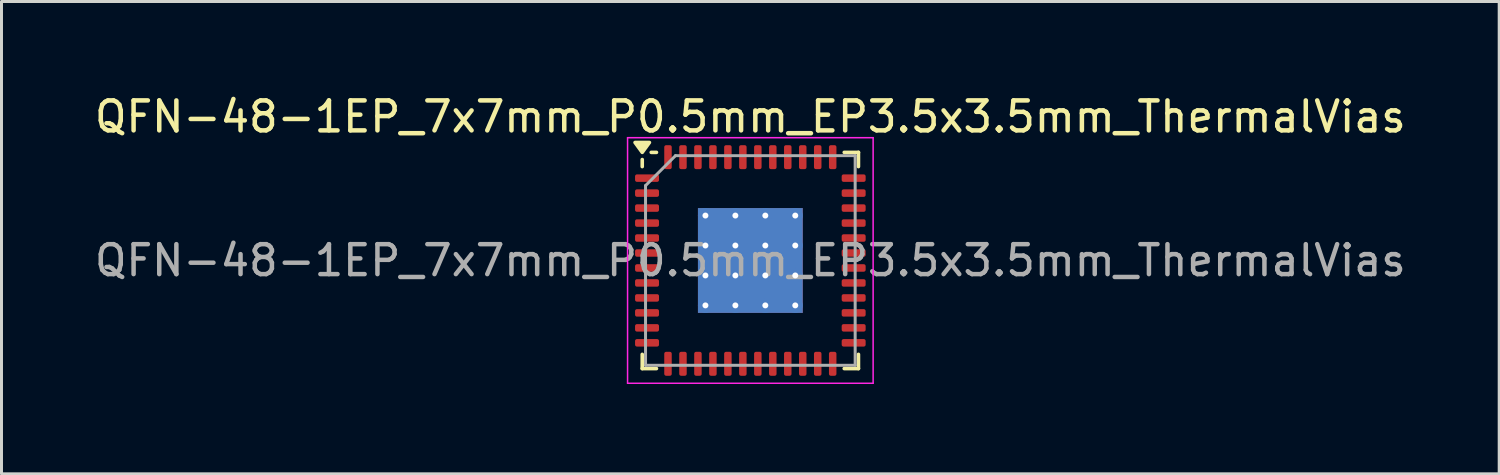
<source format=kicad_pcb>
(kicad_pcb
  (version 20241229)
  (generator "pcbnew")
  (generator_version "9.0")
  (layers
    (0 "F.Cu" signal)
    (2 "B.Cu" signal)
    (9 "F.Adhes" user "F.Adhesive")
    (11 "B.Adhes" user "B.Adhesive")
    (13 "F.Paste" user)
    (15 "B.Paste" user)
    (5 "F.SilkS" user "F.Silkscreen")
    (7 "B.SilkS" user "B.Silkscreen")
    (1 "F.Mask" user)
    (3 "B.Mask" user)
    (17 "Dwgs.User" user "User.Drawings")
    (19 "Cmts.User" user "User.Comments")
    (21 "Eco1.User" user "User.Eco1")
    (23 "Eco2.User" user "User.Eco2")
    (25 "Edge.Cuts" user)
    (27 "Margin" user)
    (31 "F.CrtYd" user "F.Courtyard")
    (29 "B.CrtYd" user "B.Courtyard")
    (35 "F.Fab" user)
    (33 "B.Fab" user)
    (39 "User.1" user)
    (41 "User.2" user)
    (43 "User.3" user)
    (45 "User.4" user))
  (footprint "QFN-48-1EP_7x7mm_P0.5mm_EP3.5x3.5mm_ThermalVias"
    (layer "F.Cu")
    (at 22.006 5.648)
    (property "Reference" "QFN-48-1EP_7x7mm_P0.5mm_EP3.5x3.5mm_ThermalVias" (at 0 -4.8 0) (layer "F.SilkS") (effects (font (size 1 1) (thickness 0.15))))
    (attr smd)
    (fp_line (start -3.61 -3.135) (end -3.61 -3.37) (stroke (width 0.12) (type solid)) (layer "F.SilkS"))
    (fp_line (start -3.61 3.61) (end -3.61 3.135) (stroke (width 0.12) (type solid)) (layer "F.SilkS"))
    (fp_line (start -3.135 -3.61) (end -3.31 -3.61) (stroke (width 0.12) (type solid)) (layer "F.SilkS"))
    (fp_line (start -3.135 3.61) (end -3.61 3.61) (stroke (width 0.12) (type solid)) (layer "F.SilkS"))
    (fp_line (start 3.135 -3.61) (end 3.61 -3.61) (stroke (width 0.12) (type solid)) (layer "F.SilkS"))
    (fp_line (start 3.135 3.61) (end 3.61 3.61) (stroke (width 0.12) (type solid)) (layer "F.SilkS"))
    (fp_line (start 3.61 -3.61) (end 3.61 -3.135) (stroke (width 0.12) (type solid)) (layer "F.SilkS"))
    (fp_line (start 3.61 3.61) (end 3.61 3.135) (stroke (width 0.12) (type solid)) (layer "F.SilkS"))
    (fp_poly (pts (xy -3.61 -3.61) (xy -3.85 -3.94) (xy -3.37 -3.94) (xy -3.61 -3.61)) (stroke (width 0.12) (type solid)) (fill yes) (layer "F.SilkS"))
    (fp_line (start -4.1 -4.1) (end -4.1 4.1) (stroke (width 0.05) (type solid)) (layer "F.CrtYd"))
    (fp_line (start -4.1 4.1) (end 4.1 4.1) (stroke (width 0.05) (type solid)) (layer "F.CrtYd"))
    (fp_line (start 4.1 -4.1) (end -4.1 -4.1) (stroke (width 0.05) (type solid)) (layer "F.CrtYd"))
    (fp_line (start 4.1 4.1) (end 4.1 -4.1) (stroke (width 0.05) (type solid)) (layer "F.CrtYd"))
    (fp_line (start -3.5 -2.5) (end -2.5 -3.5) (stroke (width 0.1) (type solid)) (layer "F.Fab"))
    (fp_line (start -3.5 3.5) (end -3.5 -2.5) (stroke (width 0.1) (type solid)) (layer "F.Fab"))
    (fp_line (start -2.5 -3.5) (end 3.5 -3.5) (stroke (width 0.1) (type solid)) (layer "F.Fab"))
    (fp_line (start 3.5 -3.5) (end 3.5 3.5) (stroke (width 0.1) (type solid)) (layer "F.Fab"))
    (fp_line (start 3.5 3.5) (end -3.5 3.5) (stroke (width 0.1) (type solid)) (layer "F.Fab"))
    (fp_text user "${REFERENCE}" (at 0 0 0) (layer "F.Fab") (effects (font (size 1 1) (thickness 0.15))))
    (pad "" smd custom (at -1.07 -1.07) (size 0.772 0.772) (layers "F.Paste") (options (anchor circle)) (primitives (gr_poly (pts (xy -0.32 -0.211) (xy -0.211 -0.32) (xy 0.211 -0.32) (xy 0.32 -0.211) (xy 0.32 0.211) (xy 0.211 0.32) (xy -0.211 0.32) (xy -0.32 0.211)) (width 0.264) (fill yes))))
    (pad "" smd custom (at -1.07 0) (size 0.772 0.772) (layers "F.Paste") (options (anchor circle)) (primitives (gr_poly (pts (xy -0.32 -0.211) (xy -0.211 -0.32) (xy 0.211 -0.32) (xy 0.32 -0.211) (xy 0.32 0.211) (xy 0.211 0.32) (xy -0.211 0.32) (xy -0.32 0.211)) (width 0.264) (fill yes))))
    (pad "" smd custom (at -1.07 1.07) (size 0.772 0.772) (layers "F.Paste") (options (anchor circle)) (primitives (gr_poly (pts (xy -0.32 -0.211) (xy -0.211 -0.32) (xy 0.211 -0.32) (xy 0.32 -0.211) (xy 0.32 0.211) (xy 0.211 0.32) (xy -0.211 0.32) (xy -0.32 0.211)) (width 0.264) (fill yes))))
    (pad "" smd custom (at 0 -1.07) (size 0.772 0.772) (layers "F.Paste") (options (anchor circle)) (primitives (gr_poly (pts (xy -0.32 -0.211) (xy -0.211 -0.32) (xy 0.211 -0.32) (xy 0.32 -0.211) (xy 0.32 0.211) (xy 0.211 0.32) (xy -0.211 0.32) (xy -0.32 0.211)) (width 0.264) (fill yes))))
    (pad "" smd custom (at 0 0) (size 0.772 0.772) (layers "F.Paste") (options (anchor circle)) (primitives (gr_poly (pts (xy -0.32 -0.211) (xy -0.211 -0.32) (xy 0.211 -0.32) (xy 0.32 -0.211) (xy 0.32 0.211) (xy 0.211 0.32) (xy -0.211 0.32) (xy -0.32 0.211)) (width 0.264) (fill yes))))
    (pad "" smd custom (at 0 1.07) (size 0.772 0.772) (layers "F.Paste") (options (anchor circle)) (primitives (gr_poly (pts (xy -0.32 -0.211) (xy -0.211 -0.32) (xy 0.211 -0.32) (xy 0.32 -0.211) (xy 0.32 0.211) (xy 0.211 0.32) (xy -0.211 0.32) (xy -0.32 0.211)) (width 0.264) (fill yes))))
    (pad "" smd custom (at 1 1.07) (size 0.772 0.772) (layers "F.Paste") (options (anchor circle)) (primitives (gr_poly (pts (xy -0.32 -0.211) (xy -0.211 -0.32) (xy 0.211 -0.32) (xy 0.32 -0.211) (xy 0.32 0.211) (xy 0.211 0.32) (xy -0.211 0.32) (xy -0.32 0.211)) (width 0.264) (fill yes))))
    (pad "" smd custom (at 1.07 -1.07) (size 0.772 0.772) (layers "F.Paste") (options (anchor circle)) (primitives (gr_poly (pts (xy -0.32 -0.211) (xy -0.211 -0.32) (xy 0.211 -0.32) (xy 0.32 -0.211) (xy 0.32 0.211) (xy 0.211 0.32) (xy -0.211 0.32) (xy -0.32 0.211)) (width 0.264) (fill yes))))
    (pad "" smd custom (at 1.07 0) (size 0.772 0.772) (layers "F.Paste") (options (anchor circle)) (primitives (gr_poly (pts (xy -0.32 -0.211) (xy -0.211 -0.32) (xy 0.211 -0.32) (xy 0.32 -0.211) (xy 0.32 0.211) (xy 0.211 0.32) (xy -0.211 0.32) (xy -0.32 0.211)) (width 0.264) (fill yes))))
    (pad "1" smd roundrect (at -3.45 -2.75) (size 0.8 0.25) (layers "F.Cu" "F.Mask" "F.Paste") (roundrect_rratio 0.25))
    (pad "2" smd roundrect (at -3.45 -2.25) (size 0.8 0.25) (layers "F.Cu" "F.Mask" "F.Paste") (roundrect_rratio 0.25))
    (pad "3" smd roundrect (at -3.45 -1.75) (size 0.8 0.25) (layers "F.Cu" "F.Mask" "F.Paste") (roundrect_rratio 0.25))
    (pad "4" smd roundrect (at -3.45 -1.25) (size 0.8 0.25) (layers "F.Cu" "F.Mask" "F.Paste") (roundrect_rratio 0.25))
    (pad "5" smd roundrect (at -3.45 -0.75) (size 0.8 0.25) (layers "F.Cu" "F.Mask" "F.Paste") (roundrect_rratio 0.25))
    (pad "6" smd roundrect (at -3.45 -0.25) (size 0.8 0.25) (layers "F.Cu" "F.Mask" "F.Paste") (roundrect_rratio 0.25))
    (pad "7" smd roundrect (at -3.45 0.25) (size 0.8 0.25) (layers "F.Cu" "F.Mask" "F.Paste") (roundrect_rratio 0.25))
    (pad "8" smd roundrect (at -3.45 0.75) (size 0.8 0.25) (layers "F.Cu" "F.Mask" "F.Paste") (roundrect_rratio 0.25))
    (pad "9" smd roundrect (at -3.45 1.25) (size 0.8 0.25) (layers "F.Cu" "F.Mask" "F.Paste") (roundrect_rratio 0.25))
    (pad "10" smd roundrect (at -3.45 1.75) (size 0.8 0.25) (layers "F.Cu" "F.Mask" "F.Paste") (roundrect_rratio 0.25))
    (pad "11" smd roundrect (at -3.45 2.25) (size 0.8 0.25) (layers "F.Cu" "F.Mask" "F.Paste") (roundrect_rratio 0.25))
    (pad "12" smd roundrect (at -3.45 2.75) (size 0.8 0.25) (layers "F.Cu" "F.Mask" "F.Paste") (roundrect_rratio 0.25))
    (pad "13" smd roundrect (at -2.75 3.45) (size 0.25 0.8) (layers "F.Cu" "F.Mask" "F.Paste") (roundrect_rratio 0.25))
    (pad "14" smd roundrect (at -2.25 3.45) (size 0.25 0.8) (layers "F.Cu" "F.Mask" "F.Paste") (roundrect_rratio 0.25))
    (pad "15" smd roundrect (at -1.75 3.45) (size 0.25 0.8) (layers "F.Cu" "F.Mask" "F.Paste") (roundrect_rratio 0.25))
    (pad "16" smd roundrect (at -1.25 3.45) (size 0.25 0.8) (layers "F.Cu" "F.Mask" "F.Paste") (roundrect_rratio 0.25))
    (pad "17" smd roundrect (at -0.75 3.45) (size 0.25 0.8) (layers "F.Cu" "F.Mask" "F.Paste") (roundrect_rratio 0.25))
    (pad "18" smd roundrect (at -0.25 3.45) (size 0.25 0.8) (layers "F.Cu" "F.Mask" "F.Paste") (roundrect_rratio 0.25))
    (pad "19" smd roundrect (at 0.25 3.45) (size 0.25 0.8) (layers "F.Cu" "F.Mask" "F.Paste") (roundrect_rratio 0.25))
    (pad "20" smd roundrect (at 0.75 3.45) (size 0.25 0.8) (layers "F.Cu" "F.Mask" "F.Paste") (roundrect_rratio 0.25))
    (pad "21" smd roundrect (at 1.25 3.45) (size 0.25 0.8) (layers "F.Cu" "F.Mask" "F.Paste") (roundrect_rratio 0.25))
    (pad "22" smd roundrect (at 1.75 3.45) (size 0.25 0.8) (layers "F.Cu" "F.Mask" "F.Paste") (roundrect_rratio 0.25))
    (pad "23" smd roundrect (at 2.25 3.45) (size 0.25 0.8) (layers "F.Cu" "F.Mask" "F.Paste") (roundrect_rratio 0.25))
    (pad "24" smd roundrect (at 2.75 3.45) (size 0.25 0.8) (layers "F.Cu" "F.Mask" "F.Paste") (roundrect_rratio 0.25))
    (pad "25" smd roundrect (at 3.45 2.75) (size 0.8 0.25) (layers "F.Cu" "F.Mask" "F.Paste") (roundrect_rratio 0.25))
    (pad "26" smd roundrect (at 3.45 2.25) (size 0.8 0.25) (layers "F.Cu" "F.Mask" "F.Paste") (roundrect_rratio 0.25))
    (pad "27" smd roundrect (at 3.45 1.75) (size 0.8 0.25) (layers "F.Cu" "F.Mask" "F.Paste") (roundrect_rratio 0.25))
    (pad "28" smd roundrect (at 3.45 1.25) (size 0.8 0.25) (layers "F.Cu" "F.Mask" "F.Paste") (roundrect_rratio 0.25))
    (pad "29" smd roundrect (at 3.45 0.75) (size 0.8 0.25) (layers "F.Cu" "F.Mask" "F.Paste") (roundrect_rratio 0.25))
    (pad "30" smd roundrect (at 3.45 0.25) (size 0.8 0.25) (layers "F.Cu" "F.Mask" "F.Paste") (roundrect_rratio 0.25))
    (pad "31" smd roundrect (at 3.45 -0.25) (size 0.8 0.25) (layers "F.Cu" "F.Mask" "F.Paste") (roundrect_rratio 0.25))
    (pad "32" smd roundrect (at 3.45 -0.75) (size 0.8 0.25) (layers "F.Cu" "F.Mask" "F.Paste") (roundrect_rratio 0.25))
    (pad "33" smd roundrect (at 3.45 -1.25) (size 0.8 0.25) (layers "F.Cu" "F.Mask" "F.Paste") (roundrect_rratio 0.25))
    (pad "34" smd roundrect (at 3.45 -1.75) (size 0.8 0.25) (layers "F.Cu" "F.Mask" "F.Paste") (roundrect_rratio 0.25))
    (pad "35" smd roundrect (at 3.45 -2.25) (size 0.8 0.25) (layers "F.Cu" "F.Mask" "F.Paste") (roundrect_rratio 0.25))
    (pad "36" smd roundrect (at 3.45 -2.75) (size 0.8 0.25) (layers "F.Cu" "F.Mask" "F.Paste") (roundrect_rratio 0.25))
    (pad "37" smd roundrect (at 2.75 -3.45) (size 0.25 0.8) (layers "F.Cu" "F.Mask" "F.Paste") (roundrect_rratio 0.25))
    (pad "38" smd roundrect (at 2.25 -3.45) (size 0.25 0.8) (layers "F.Cu" "F.Mask" "F.Paste") (roundrect_rratio 0.25))
    (pad "39" smd roundrect (at 1.75 -3.45) (size 0.25 0.8) (layers "F.Cu" "F.Mask" "F.Paste") (roundrect_rratio 0.25))
    (pad "40" smd roundrect (at 1.25 -3.45) (size 0.25 0.8) (layers "F.Cu" "F.Mask" "F.Paste") (roundrect_rratio 0.25))
    (pad "41" smd roundrect (at 0.75 -3.45) (size 0.25 0.8) (layers "F.Cu" "F.Mask" "F.Paste") (roundrect_rratio 0.25))
    (pad "42" smd roundrect (at 0.25 -3.45) (size 0.25 0.8) (layers "F.Cu" "F.Mask" "F.Paste") (roundrect_rratio 0.25))
    (pad "43" smd roundrect (at -0.25 -3.45) (size 0.25 0.8) (layers "F.Cu" "F.Mask" "F.Paste") (roundrect_rratio 0.25))
    (pad "44" smd roundrect (at -0.75 -3.45) (size 0.25 0.8) (layers "F.Cu" "F.Mask" "F.Paste") (roundrect_rratio 0.25))
    (pad "45" smd roundrect (at -1.25 -3.45) (size 0.25 0.8) (layers "F.Cu" "F.Mask" "F.Paste") (roundrect_rratio 0.25))
    (pad "46" smd roundrect (at -1.75 -3.45) (size 0.25 0.8) (layers "F.Cu" "F.Mask" "F.Paste") (roundrect_rratio 0.25))
    (pad "47" smd roundrect (at -2.25 -3.45) (size 0.25 0.8) (layers "F.Cu" "F.Mask" "F.Paste") (roundrect_rratio 0.25))
    (pad "48" smd roundrect (at -2.75 -3.45) (size 0.25 0.8) (layers "F.Cu" "F.Mask" "F.Paste") (roundrect_rratio 0.25))
    (pad "49" thru_hole circle (at -1.5 -1.5) (size 0.5 0.5) (drill 0.2) (property pad_prop_heatsink) (layers "*.Cu"))
    (pad "49" thru_hole circle (at -1.5 -0.5) (size 0.5 0.5) (drill 0.2) (property pad_prop_heatsink) (layers "*.Cu"))
    (pad "49" thru_hole circle (at -1.5 0.5) (size 0.5 0.5) (drill 0.2) (property pad_prop_heatsink) (layers "*.Cu"))
    (pad "49" thru_hole circle (at -1.5 1.5) (size 0.5 0.5) (drill 0.2) (property pad_prop_heatsink) (layers "*.Cu"))
    (pad "49" thru_hole circle (at -0.5 -1.5) (size 0.5 0.5) (drill 0.2) (property pad_prop_heatsink) (layers "*.Cu"))
    (pad "49" thru_hole circle (at -0.5 -0.5) (size 0.5 0.5) (drill 0.2) (property pad_prop_heatsink) (layers "*.Cu"))
    (pad "49" thru_hole circle (at -0.5 0.5) (size 0.5 0.5) (drill 0.2) (property pad_prop_heatsink) (layers "*.Cu"))
    (pad "49" thru_hole circle (at -0.5 1.5) (size 0.5 0.5) (drill 0.2) (property pad_prop_heatsink) (layers "*.Cu"))
    (pad "49" smd rect (at 0 0) (size 3.5 3.5) (property pad_prop_heatsink) (layers "F.Cu" "F.Mask"))
    (pad "49" smd rect (at 0 0) (size 3.5 3.5) (property pad_prop_heatsink) (layers "B.Cu"))
    (pad "49" thru_hole circle (at 0.5 -1.5) (size 0.5 0.5) (drill 0.2) (property pad_prop_heatsink) (layers "*.Cu"))
    (pad "49" thru_hole circle (at 0.5 -0.5) (size 0.5 0.5) (drill 0.2) (property pad_prop_heatsink) (layers "*.Cu"))
    (pad "49" thru_hole circle (at 0.5 0.5) (size 0.5 0.5) (drill 0.2) (property pad_prop_heatsink) (layers "*.Cu"))
    (pad "49" thru_hole circle (at 0.5 1.5) (size 0.5 0.5) (drill 0.2) (property pad_prop_heatsink) (layers "*.Cu"))
    (pad "49" thru_hole circle (at 1.5 -1.5) (size 0.5 0.5) (drill 0.2) (property pad_prop_heatsink) (layers "*.Cu"))
    (pad "49" thru_hole circle (at 1.5 -0.5) (size 0.5 0.5) (drill 0.2) (property pad_prop_heatsink) (layers "*.Cu"))
    (pad "49" thru_hole circle (at 1.5 0.5) (size 0.5 0.5) (drill 0.2) (property pad_prop_heatsink) (layers "*.Cu"))
    (pad "49" thru_hole circle (at 1.5 1.5) (size 0.5 0.5) (drill 0.2) (property pad_prop_heatsink) (layers "*.Cu")))
  (gr_rect
    (start -3 -3)
    (end 47.012 12.773)
    (stroke (width 0.1) (type default))
    (fill no)
    (layer "Edge.Cuts")))
</source>
